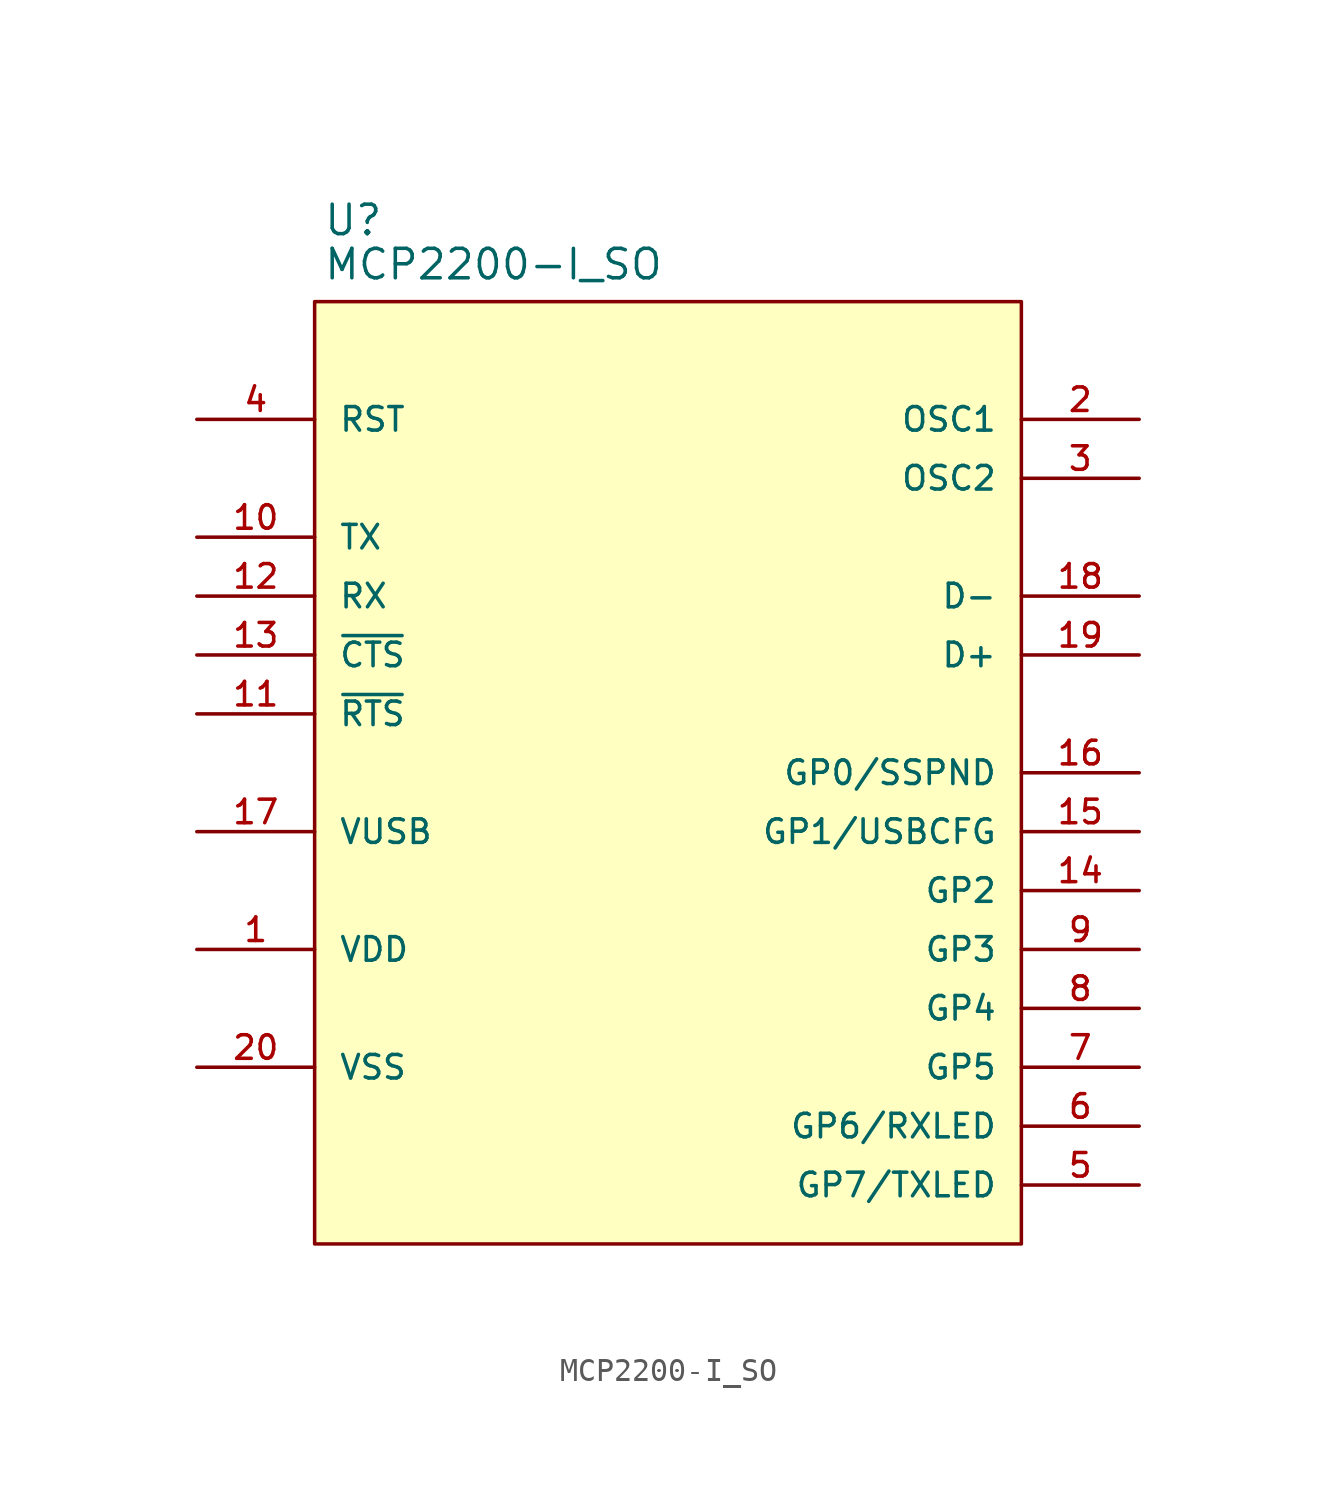
<source format=kicad_sym>
(kicad_symbol_lib
  (version 20211014)
  (generator kicad_symbol_editor)
  (symbol "MCP2200-I_SO"
    (pin_names
      (offset 1.016))
    (property "Reference" "U"
      (at -14.884 23.089 0.0)
      (effects (font (size 1.27 1.27)) (justify bottom left)))
    (property "Value" "MCP2200-I_SO"
      (at -14.884 21.184 0.0)
      (effects (font (size 1.27 1.27)) (justify bottom left)))
    (symbol "MCP2200-I_SO_0_0"
      (rectangle (start -15.24 -20.32) (end 15.24 20.32) (stroke (width 0.152)) (fill (type background)))
      (pin input line (at -20.32 5.08 0) (length 5.08) (name "~{CTS}" (effects (font (size 1.016 1.016)))) (number "13" (effects (font (size 1.016 1.016)))))
      (pin input line (at 20.32 15.24 180.0) (length 5.08) (name "OSC1" (effects (font (size 1.016 1.016)))) (number "2" (effects (font (size 1.016 1.016)))))
      (pin input line (at -20.32 15.24 0) (length 5.08) (name "RST" (effects (font (size 1.016 1.016)))) (number "4" (effects (font (size 1.016 1.016)))))
      (pin input line (at -20.32 7.62 0) (length 5.08) (name "RX" (effects (font (size 1.016 1.016)))) (number "12" (effects (font (size 1.016 1.016)))))
      (pin passive line (at -20.32 -2.54 0) (length 5.08) (name "VUSB" (effects (font (size 1.016 1.016)))) (number "17" (effects (font (size 1.016 1.016)))))
      (pin power_in line (at -20.32 -7.62 0) (length 5.08) (name "VDD" (effects (font (size 1.016 1.016)))) (number "1" (effects (font (size 1.016 1.016)))))
      (pin power_in line (at -20.32 -12.7 0) (length 5.08) (name "VSS" (effects (font (size 1.016 1.016)))) (number "20" (effects (font (size 1.016 1.016)))))
      (pin output line (at 20.32 12.7 180.0) (length 5.08) (name "OSC2" (effects (font (size 1.016 1.016)))) (number "3" (effects (font (size 1.016 1.016)))))
      (pin output line (at -20.32 2.54 0) (length 5.08) (name "~{RTS}" (effects (font (size 1.016 1.016)))) (number "11" (effects (font (size 1.016 1.016)))))
      (pin output line (at -20.32 10.16 0) (length 5.08) (name "TX" (effects (font (size 1.016 1.016)))) (number "10" (effects (font (size 1.016 1.016)))))
      (pin passive line (at 20.32 7.62 180.0) (length 5.08) (name "D-" (effects (font (size 1.016 1.016)))) (number "18" (effects (font (size 1.016 1.016)))))
      (pin passive line (at 20.32 5.08 180.0) (length 5.08) (name "D+" (effects (font (size 1.016 1.016)))) (number "19" (effects (font (size 1.016 1.016)))))
      (pin bidirectional line (at 20.32 0.0 180.0) (length 5.08) (name "GP0/SSPND" (effects (font (size 1.016 1.016)))) (number "16" (effects (font (size 1.016 1.016)))))
      (pin bidirectional line (at 20.32 -2.54 180.0) (length 5.08) (name "GP1/USBCFG" (effects (font (size 1.016 1.016)))) (number "15" (effects (font (size 1.016 1.016)))))
      (pin bidirectional line (at 20.32 -5.08 180.0) (length 5.08) (name "GP2" (effects (font (size 1.016 1.016)))) (number "14" (effects (font (size 1.016 1.016)))))
      (pin bidirectional line (at 20.32 -7.62 180.0) (length 5.08) (name "GP3" (effects (font (size 1.016 1.016)))) (number "9" (effects (font (size 1.016 1.016)))))
      (pin bidirectional line (at 20.32 -10.16 180.0) (length 5.08) (name "GP4" (effects (font (size 1.016 1.016)))) (number "8" (effects (font (size 1.016 1.016)))))
      (pin bidirectional line (at 20.32 -12.7 180.0) (length 5.08) (name "GP5" (effects (font (size 1.016 1.016)))) (number "7" (effects (font (size 1.016 1.016)))))
      (pin bidirectional line (at 20.32 -15.24 180.0) (length 5.08) (name "GP6/RXLED" (effects (font (size 1.016 1.016)))) (number "6" (effects (font (size 1.016 1.016)))))
      (pin bidirectional line (at 20.32 -17.78 180.0) (length 5.08) (name "GP7/TXLED" (effects (font (size 1.016 1.016)))) (number "5" (effects (font (size 1.016 1.016))))))))
</source>
